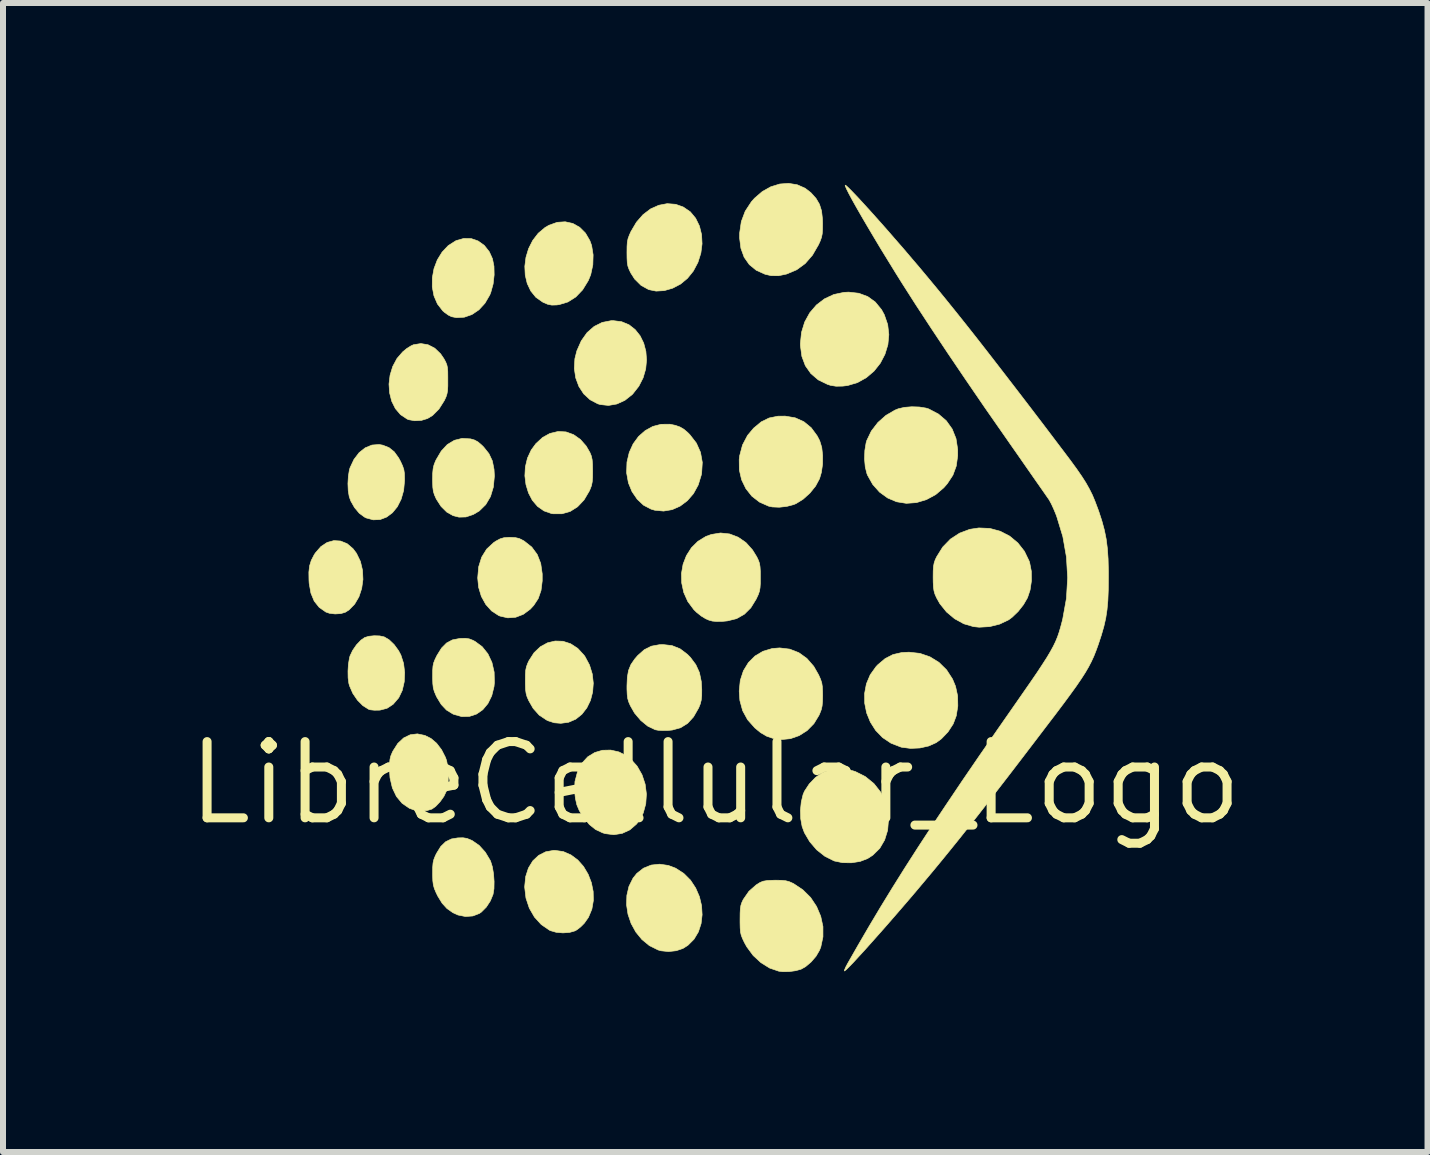
<source format=kicad_pcb>
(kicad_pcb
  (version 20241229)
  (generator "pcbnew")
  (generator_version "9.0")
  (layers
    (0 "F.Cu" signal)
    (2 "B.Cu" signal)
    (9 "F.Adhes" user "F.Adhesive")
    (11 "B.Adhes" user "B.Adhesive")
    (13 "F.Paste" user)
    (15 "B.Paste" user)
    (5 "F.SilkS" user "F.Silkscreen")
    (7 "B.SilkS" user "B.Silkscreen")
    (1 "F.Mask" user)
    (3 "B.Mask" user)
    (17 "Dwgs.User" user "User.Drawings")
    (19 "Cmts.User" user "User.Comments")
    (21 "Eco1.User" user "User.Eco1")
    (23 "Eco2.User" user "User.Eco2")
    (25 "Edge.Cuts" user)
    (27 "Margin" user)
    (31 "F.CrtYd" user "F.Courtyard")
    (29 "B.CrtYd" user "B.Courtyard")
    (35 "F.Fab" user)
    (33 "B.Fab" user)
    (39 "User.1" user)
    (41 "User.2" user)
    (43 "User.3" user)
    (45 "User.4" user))
  (footprint "LibreCellular_Logo"
    (layer "F.Cu")
    (at 8.867 6.745)
    (property "Reference" "LibreCellular_Logo" (at 0 3.251 0) (layer "F.SilkS") (effects (font (size 1.27 1.27) (thickness 0.15))))
    (attr through_hole)
    (fp_poly (pts (xy -6.243 -0.781) (xy -6.134 -0.737) (xy -6.036 -0.654) (xy -5.978 -0.577) (xy -5.912 -0.441) (xy -5.877 -0.293) (xy -5.87 -0.14) (xy -5.891 0.01) (xy -5.937 0.149) (xy -6.008 0.27) (xy -6.101 0.366) (xy -6.164 0.406) (xy -6.239 0.428) (xy -6.334 0.434) (xy -6.427 0.423) (xy -6.488 0.402) (xy -6.599 0.324) (xy -6.682 0.22) (xy -6.737 0.087) (xy -6.766 -0.077) (xy -6.769 -0.128) (xy -6.771 -0.262) (xy -6.759 -0.367) (xy -6.731 -0.458) (xy -6.684 -0.549) (xy -6.663 -0.582) (xy -6.571 -0.688) (xy -6.467 -0.757) (xy -6.355 -0.788) (xy -6.243 -0.781)) (stroke (width 0.01) (type solid)) (fill yes) (layer "F.SilkS"))
    (fp_poly (pts (xy -4.066 -5.82) (xy -3.951 -5.78) (xy -3.848 -5.706) (xy -3.765 -5.601) (xy -3.712 -5.484) (xy -3.687 -5.359) (xy -3.684 -5.214) (xy -3.701 -5.064) (xy -3.739 -4.926) (xy -3.756 -4.882) (xy -3.837 -4.743) (xy -3.938 -4.633) (xy -4.055 -4.554) (xy -4.182 -4.51) (xy -4.313 -4.503) (xy -4.394 -4.519) (xy -4.447 -4.545) (xy -4.51 -4.59) (xy -4.54 -4.616) (xy -4.629 -4.731) (xy -4.687 -4.866) (xy -4.715 -5.014) (xy -4.714 -5.167) (xy -4.686 -5.32) (xy -4.631 -5.465) (xy -4.551 -5.595) (xy -4.448 -5.704) (xy -4.322 -5.784) (xy -4.318 -5.786) (xy -4.191 -5.822) (xy -4.066 -5.82)) (stroke (width 0.01) (type solid)) (fill yes) (layer "F.SilkS"))
    (fp_poly (pts (xy -1.56 -4.435) (xy -1.437 -4.384) (xy -1.334 -4.303) (xy -1.252 -4.2) (xy -1.192 -4.077) (xy -1.156 -3.941) (xy -1.145 -3.796) (xy -1.159 -3.648) (xy -1.202 -3.501) (xy -1.273 -3.361) (xy -1.374 -3.232) (xy -1.386 -3.22) (xy -1.506 -3.125) (xy -1.64 -3.064) (xy -1.779 -3.04) (xy -1.916 -3.055) (xy -1.957 -3.067) (xy -2.086 -3.135) (xy -2.192 -3.233) (xy -2.272 -3.356) (xy -2.325 -3.499) (xy -2.348 -3.655) (xy -2.339 -3.818) (xy -2.306 -3.95) (xy -2.232 -4.117) (xy -2.135 -4.254) (xy -2.018 -4.356) (xy -1.884 -4.423) (xy -1.735 -4.452) (xy -1.701 -4.453) (xy -1.56 -4.435)) (stroke (width 0.01) (type solid)) (fill yes) (layer "F.SilkS"))
    (fp_poly (pts (xy -0.782 4.624) (xy -0.66 4.67) (xy -0.524 4.758) (xy -0.412 4.87) (xy -0.326 5.001) (xy -0.264 5.144) (xy -0.228 5.294) (xy -0.219 5.446) (xy -0.236 5.593) (xy -0.281 5.731) (xy -0.354 5.853) (xy -0.455 5.954) (xy -0.538 6.007) (xy -0.65 6.045) (xy -0.779 6.059) (xy -0.904 6.046) (xy -0.953 6.032) (xy -1.098 5.96) (xy -1.222 5.858) (xy -1.324 5.733) (xy -1.402 5.591) (xy -1.454 5.438) (xy -1.478 5.28) (xy -1.473 5.123) (xy -1.438 4.973) (xy -1.37 4.836) (xy -1.306 4.756) (xy -1.196 4.67) (xy -1.068 4.618) (xy -0.928 4.603) (xy -0.782 4.624)) (stroke (width 0.01) (type solid)) (fill yes) (layer "F.SilkS"))
    (fp_poly (pts (xy -2.373 -6.072) (xy -2.259 -6.008) (xy -2.163 -5.912) (xy -2.089 -5.785) (xy -2.06 -5.705) (xy -2.035 -5.549) (xy -2.04 -5.382) (xy -2.075 -5.219) (xy -2.115 -5.121) (xy -2.21 -4.966) (xy -2.324 -4.847) (xy -2.455 -4.764) (xy -2.6 -4.72) (xy -2.644 -4.714) (xy -2.724 -4.712) (xy -2.79 -4.725) (xy -2.864 -4.756) (xy -2.875 -4.762) (xy -2.988 -4.841) (xy -3.074 -4.947) (xy -3.133 -5.072) (xy -3.166 -5.211) (xy -3.173 -5.358) (xy -3.154 -5.508) (xy -3.11 -5.653) (xy -3.042 -5.788) (xy -2.95 -5.908) (xy -2.835 -6.005) (xy -2.771 -6.042) (xy -2.634 -6.091) (xy -2.5 -6.1) (xy -2.373 -6.072)) (stroke (width 0.01) (type solid)) (fill yes) (layer "F.SilkS"))
    (fp_poly (pts (xy -1.605 2.733) (xy -1.475 2.799) (xy -1.413 2.846) (xy -1.302 2.97) (xy -1.22 3.114) (xy -1.168 3.271) (xy -1.147 3.435) (xy -1.158 3.597) (xy -1.2 3.751) (xy -1.276 3.889) (xy -1.313 3.936) (xy -1.423 4.031) (xy -1.551 4.09) (xy -1.69 4.112) (xy -1.833 4.094) (xy -1.876 4.081) (xy -1.995 4.025) (xy -2.097 3.943) (xy -2.192 3.828) (xy -2.206 3.808) (xy -2.266 3.71) (xy -2.306 3.615) (xy -2.33 3.508) (xy -2.343 3.397) (xy -2.338 3.227) (xy -2.295 3.064) (xy -2.22 2.918) (xy -2.124 2.814) (xy -2.008 2.743) (xy -1.879 2.705) (xy -1.742 2.702) (xy -1.605 2.733)) (stroke (width 0.01) (type solid)) (fill yes) (layer "F.SilkS"))
    (fp_poly (pts (xy -3.332 -0.838) (xy -3.266 -0.823) (xy -3.2 -0.79) (xy -3.183 -0.78) (xy -3.057 -0.68) (xy -2.966 -0.556) (xy -2.908 -0.408) (xy -2.883 -0.233) (xy -2.883 -0.117) (xy -2.903 0.043) (xy -2.949 0.176) (xy -3.024 0.291) (xy -3.083 0.355) (xy -3.198 0.44) (xy -3.325 0.489) (xy -3.457 0.499) (xy -3.587 0.469) (xy -3.609 0.46) (xy -3.726 0.384) (xy -3.823 0.276) (xy -3.897 0.142) (xy -3.943 -0.01) (xy -3.958 -0.165) (xy -3.942 -0.351) (xy -3.892 -0.512) (xy -3.809 -0.646) (xy -3.693 -0.754) (xy -3.654 -0.78) (xy -3.585 -0.817) (xy -3.521 -0.836) (xy -3.441 -0.842) (xy -3.418 -0.842) (xy -3.332 -0.838)) (stroke (width 0.01) (type solid)) (fill yes) (layer "F.SilkS"))
    (fp_poly (pts (xy -2.532 4.393) (xy -2.404 4.449) (xy -2.29 4.534) (xy -2.194 4.643) (xy -2.118 4.771) (xy -2.064 4.911) (xy -2.034 5.059) (xy -2.031 5.208) (xy -2.056 5.353) (xy -2.113 5.489) (xy -2.183 5.588) (xy -2.242 5.647) (xy -2.305 5.696) (xy -2.336 5.714) (xy -2.427 5.74) (xy -2.538 5.748) (xy -2.651 5.738) (xy -2.748 5.71) (xy -2.762 5.703) (xy -2.899 5.609) (xy -3.012 5.485) (xy -3.098 5.336) (xy -3.154 5.168) (xy -3.175 4.989) (xy -3.175 4.974) (xy -3.159 4.811) (xy -3.113 4.668) (xy -3.04 4.548) (xy -2.943 4.457) (xy -2.826 4.397) (xy -2.692 4.373) (xy -2.673 4.373) (xy -2.532 4.393)) (stroke (width 0.01) (type solid)) (fill yes) (layer "F.SilkS"))
    (fp_poly (pts (xy -0.664 -2.708) (xy -0.588 -2.681) (xy -0.524 -2.644) (xy -0.457 -2.587) (xy -0.422 -2.551) (xy -0.315 -2.413) (xy -0.246 -2.259) (xy -0.216 -2.091) (xy -0.227 -1.912) (xy -0.233 -1.881) (xy -0.284 -1.715) (xy -0.363 -1.571) (xy -0.465 -1.453) (xy -0.585 -1.363) (xy -0.718 -1.304) (xy -0.861 -1.28) (xy -1.007 -1.294) (xy -1.071 -1.313) (xy -1.195 -1.378) (xy -1.301 -1.478) (xy -1.387 -1.604) (xy -1.447 -1.75) (xy -1.476 -1.911) (xy -1.477 -1.921) (xy -1.471 -2.096) (xy -1.433 -2.257) (xy -1.368 -2.4) (xy -1.278 -2.523) (xy -1.168 -2.62) (xy -1.041 -2.69) (xy -0.903 -2.726) (xy -0.755 -2.727) (xy -0.664 -2.708)) (stroke (width 0.01) (type solid)) (fill yes) (layer "F.SilkS"))
    (fp_poly (pts (xy 2.392 -4.909) (xy 2.54 -4.854) (xy 2.666 -4.763) (xy 2.77 -4.636) (xy 2.816 -4.552) (xy 2.873 -4.387) (xy 2.892 -4.219) (xy 2.876 -4.052) (xy 2.827 -3.892) (xy 2.749 -3.743) (xy 2.645 -3.612) (xy 2.517 -3.503) (xy 2.37 -3.421) (xy 2.206 -3.372) (xy 2.124 -3.362) (xy 2.013 -3.36) (xy 1.92 -3.375) (xy 1.87 -3.391) (xy 1.716 -3.466) (xy 1.593 -3.571) (xy 1.501 -3.702) (xy 1.443 -3.857) (xy 1.419 -4.035) (xy 1.418 -4.069) (xy 1.437 -4.257) (xy 1.49 -4.43) (xy 1.574 -4.583) (xy 1.685 -4.713) (xy 1.82 -4.816) (xy 1.974 -4.888) (xy 2.144 -4.924) (xy 2.223 -4.928) (xy 2.392 -4.909)) (stroke (width 0.01) (type solid)) (fill yes) (layer "F.SilkS"))
    (fp_poly (pts (xy -5.539 -2.378) (xy -5.434 -2.336) (xy -5.348 -2.267) (xy -5.275 -2.165) (xy -5.245 -2.11) (xy -5.21 -2.034) (xy -5.189 -1.972) (xy -5.179 -1.907) (xy -5.177 -1.822) (xy -5.177 -1.787) (xy -5.192 -1.623) (xy -5.234 -1.477) (xy -5.297 -1.352) (xy -5.379 -1.252) (xy -5.476 -1.18) (xy -5.583 -1.139) (xy -5.698 -1.134) (xy -5.817 -1.166) (xy -5.844 -1.18) (xy -5.931 -1.244) (xy -6.01 -1.338) (xy -6.072 -1.447) (xy -6.098 -1.518) (xy -6.115 -1.619) (xy -6.12 -1.738) (xy -6.113 -1.86) (xy -6.096 -1.965) (xy -6.086 -1.999) (xy -6.02 -2.14) (xy -5.934 -2.253) (xy -5.832 -2.334) (xy -5.72 -2.38) (xy -5.6 -2.389) (xy -5.539 -2.378)) (stroke (width 0.01) (type solid)) (fill yes) (layer "F.SilkS"))
    (fp_poly (pts (xy -4.838 2.458) (xy -4.736 2.509) (xy -4.643 2.588) (xy -4.56 2.697) (xy -4.496 2.822) (xy -4.476 2.878) (xy -4.455 2.989) (xy -4.446 3.117) (xy -4.452 3.245) (xy -4.47 3.356) (xy -4.478 3.382) (xy -4.521 3.473) (xy -4.586 3.564) (xy -4.659 3.641) (xy -4.721 3.685) (xy -4.806 3.711) (xy -4.911 3.715) (xy -5.017 3.7) (xy -5.096 3.672) (xy -5.217 3.589) (xy -5.312 3.475) (xy -5.38 3.332) (xy -5.419 3.164) (xy -5.428 3.029) (xy -5.427 2.93) (xy -5.42 2.859) (xy -5.406 2.8) (xy -5.38 2.738) (xy -5.37 2.718) (xy -5.289 2.591) (xy -5.192 2.5) (xy -5.082 2.447) (xy -4.963 2.432) (xy -4.838 2.458)) (stroke (width 0.01) (type solid)) (fill yes) (layer "F.SilkS"))
    (fp_poly (pts (xy 1.331 -2.834) (xy 1.476 -2.769) (xy 1.598 -2.669) (xy 1.698 -2.533) (xy 1.74 -2.452) (xy 1.774 -2.341) (xy 1.789 -2.207) (xy 1.788 -2.063) (xy 1.768 -1.924) (xy 1.737 -1.819) (xy 1.671 -1.696) (xy 1.576 -1.579) (xy 1.464 -1.478) (xy 1.345 -1.404) (xy 1.306 -1.388) (xy 1.192 -1.358) (xy 1.067 -1.344) (xy 0.95 -1.349) (xy 0.889 -1.362) (xy 0.738 -1.429) (xy 0.61 -1.528) (xy 0.51 -1.654) (xy 0.439 -1.801) (xy 0.401 -1.965) (xy 0.399 -2.141) (xy 0.406 -2.2) (xy 0.454 -2.381) (xy 0.538 -2.541) (xy 0.64 -2.662) (xy 0.765 -2.766) (xy 0.897 -2.831) (xy 1.045 -2.861) (xy 1.165 -2.862) (xy 1.331 -2.834)) (stroke (width 0.01) (type solid)) (fill yes) (layer "F.SilkS"))
    (fp_poly (pts (xy 3.41 1.091) (xy 3.578 1.149) (xy 3.727 1.241) (xy 3.854 1.366) (xy 3.953 1.519) (xy 4.003 1.639) (xy 4.038 1.8) (xy 4.041 1.969) (xy 4.015 2.132) (xy 3.964 2.267) (xy 3.878 2.399) (xy 3.768 2.514) (xy 3.681 2.578) (xy 3.556 2.634) (xy 3.409 2.667) (xy 3.254 2.674) (xy 3.106 2.655) (xy 3.089 2.65) (xy 2.927 2.587) (xy 2.787 2.493) (xy 2.672 2.374) (xy 2.584 2.235) (xy 2.522 2.083) (xy 2.49 1.923) (xy 2.488 1.76) (xy 2.518 1.599) (xy 2.582 1.447) (xy 2.681 1.309) (xy 2.708 1.281) (xy 2.83 1.178) (xy 2.96 1.111) (xy 3.107 1.077) (xy 3.228 1.071) (xy 3.41 1.091)) (stroke (width 0.01) (type solid)) (fill yes) (layer "F.SilkS"))
    (fp_poly (pts (xy -0.659 -6.391) (xy -0.533 -6.346) (xy -0.416 -6.266) (xy -0.327 -6.159) (xy -0.264 -6.03) (xy -0.228 -5.886) (xy -0.22 -5.733) (xy -0.24 -5.577) (xy -0.289 -5.423) (xy -0.366 -5.278) (xy -0.463 -5.158) (xy -0.579 -5.062) (xy -0.711 -4.993) (xy -0.85 -4.953) (xy -0.986 -4.945) (xy -1.109 -4.97) (xy -1.236 -5.04) (xy -1.343 -5.146) (xy -1.408 -5.248) (xy -1.437 -5.309) (xy -1.456 -5.362) (xy -1.466 -5.42) (xy -1.47 -5.495) (xy -1.471 -5.585) (xy -1.47 -5.687) (xy -1.465 -5.761) (xy -1.453 -5.82) (xy -1.431 -5.879) (xy -1.404 -5.939) (xy -1.313 -6.093) (xy -1.203 -6.219) (xy -1.078 -6.314) (xy -0.942 -6.375) (xy -0.801 -6.402) (xy -0.659 -6.391)) (stroke (width 0.01) (type solid)) (fill yes) (layer "F.SilkS"))
    (fp_poly (pts (xy -5.59 0.8) (xy -5.516 0.816) (xy -5.433 0.865) (xy -5.35 0.945) (xy -5.277 1.045) (xy -5.238 1.118) (xy -5.193 1.258) (xy -5.175 1.411) (xy -5.182 1.565) (xy -5.215 1.708) (xy -5.273 1.829) (xy -5.276 1.833) (xy -5.367 1.939) (xy -5.469 2.006) (xy -5.585 2.036) (xy -5.604 2.037) (xy -5.68 2.038) (xy -5.746 2.031) (xy -5.774 2.023) (xy -5.871 1.962) (xy -5.962 1.87) (xy -6.039 1.757) (xy -6.093 1.633) (xy -6.105 1.59) (xy -6.117 1.5) (xy -6.119 1.388) (xy -6.112 1.272) (xy -6.095 1.171) (xy -6.086 1.135) (xy -6.042 1.042) (xy -5.978 0.949) (xy -5.904 0.871) (xy -5.841 0.827) (xy -5.772 0.806) (xy -5.682 0.797) (xy -5.59 0.8)) (stroke (width 0.01) (type solid)) (fill yes) (layer "F.SilkS"))
    (fp_poly (pts (xy -2.538 0.889) (xy -2.411 0.93) (xy -2.292 1.007) (xy -2.187 1.121) (xy -2.172 1.141) (xy -2.095 1.285) (xy -2.049 1.435) (xy -2.032 1.587) (xy -2.043 1.735) (xy -2.079 1.874) (xy -2.14 1.999) (xy -2.222 2.105) (xy -2.324 2.187) (xy -2.445 2.239) (xy -2.573 2.256) (xy -2.682 2.247) (xy -2.779 2.216) (xy -2.81 2.202) (xy -2.933 2.12) (xy -3.034 2.007) (xy -3.109 1.876) (xy -3.136 1.814) (xy -3.152 1.756) (xy -3.161 1.689) (xy -3.164 1.6) (xy -3.164 1.547) (xy -3.163 1.444) (xy -3.158 1.371) (xy -3.146 1.313) (xy -3.125 1.257) (xy -3.105 1.214) (xy -3.019 1.08) (xy -2.914 0.98) (xy -2.795 0.915) (xy -2.668 0.885) (xy -2.538 0.889)) (stroke (width 0.01) (type solid)) (fill yes) (layer "F.SilkS"))
    (fp_poly (pts (xy -2.487 -2.599) (xy -2.362 -2.554) (xy -2.248 -2.474) (xy -2.151 -2.364) (xy -2.088 -2.255) (xy -2.065 -2.198) (xy -2.051 -2.135) (xy -2.045 -2.056) (xy -2.043 -1.946) (xy -2.043 -1.946) (xy -2.044 -1.841) (xy -2.05 -1.766) (xy -2.062 -1.705) (xy -2.084 -1.647) (xy -2.098 -1.615) (xy -2.186 -1.466) (xy -2.294 -1.352) (xy -2.417 -1.274) (xy -2.553 -1.235) (xy -2.701 -1.235) (xy -2.729 -1.239) (xy -2.854 -1.283) (xy -2.961 -1.358) (xy -3.048 -1.46) (xy -3.112 -1.583) (xy -3.154 -1.721) (xy -3.172 -1.867) (xy -3.164 -2.016) (xy -3.129 -2.162) (xy -3.066 -2.298) (xy -2.989 -2.403) (xy -2.876 -2.507) (xy -2.756 -2.573) (xy -2.623 -2.605) (xy -2.616 -2.606) (xy -2.487 -2.599)) (stroke (width 0.01) (type solid)) (fill yes) (layer "F.SilkS"))
    (fp_poly (pts (xy 1.24 1.02) (xy 1.392 1.079) (xy 1.526 1.175) (xy 1.641 1.307) (xy 1.722 1.449) (xy 1.754 1.521) (xy 1.774 1.581) (xy 1.784 1.645) (xy 1.788 1.727) (xy 1.789 1.79) (xy 1.787 1.892) (xy 1.78 1.967) (xy 1.766 2.029) (xy 1.741 2.093) (xy 1.729 2.121) (xy 1.643 2.262) (xy 1.53 2.377) (xy 1.398 2.461) (xy 1.252 2.512) (xy 1.099 2.527) (xy 0.968 2.509) (xy 0.857 2.471) (xy 0.756 2.412) (xy 0.661 2.334) (xy 0.539 2.197) (xy 0.456 2.045) (xy 0.41 1.875) (xy 0.399 1.719) (xy 0.417 1.54) (xy 0.469 1.381) (xy 0.552 1.245) (xy 0.662 1.135) (xy 0.795 1.056) (xy 0.949 1.01) (xy 1.073 1) (xy 1.24 1.02)) (stroke (width 0.01) (type solid)) (fill yes) (layer "F.SilkS"))
    (fp_poly (pts (xy 1.365 -6.717) (xy 1.497 -6.659) (xy 1.593 -6.585) (xy 1.679 -6.489) (xy 1.736 -6.392) (xy 1.771 -6.281) (xy 1.786 -6.146) (xy 1.788 -6.073) (xy 1.787 -5.972) (xy 1.782 -5.899) (xy 1.77 -5.84) (xy 1.749 -5.781) (xy 1.721 -5.719) (xy 1.619 -5.543) (xy 1.498 -5.404) (xy 1.356 -5.3) (xy 1.19 -5.23) (xy 1.187 -5.229) (xy 1.054 -5.201) (xy 0.933 -5.202) (xy 0.829 -5.226) (xy 0.683 -5.292) (xy 0.567 -5.387) (xy 0.481 -5.51) (xy 0.427 -5.659) (xy 0.405 -5.832) (xy 0.406 -5.911) (xy 0.434 -6.103) (xy 0.499 -6.276) (xy 0.603 -6.435) (xy 0.655 -6.493) (xy 0.784 -6.604) (xy 0.925 -6.683) (xy 1.073 -6.729) (xy 1.222 -6.74) (xy 1.365 -6.717)) (stroke (width 0.01) (type solid)) (fill yes) (layer "F.SilkS"))
    (fp_poly (pts (xy 2.155 3.023) (xy 2.282 3.044) (xy 2.334 3.06) (xy 2.502 3.145) (xy 2.644 3.261) (xy 2.756 3.403) (xy 2.835 3.567) (xy 2.879 3.748) (xy 2.887 3.854) (xy 2.872 4.038) (xy 2.822 4.2) (xy 2.74 4.34) (xy 2.625 4.453) (xy 2.539 4.509) (xy 2.414 4.557) (xy 2.269 4.58) (xy 2.121 4.578) (xy 1.985 4.55) (xy 1.977 4.547) (xy 1.827 4.472) (xy 1.69 4.364) (xy 1.574 4.229) (xy 1.485 4.078) (xy 1.447 3.975) (xy 1.424 3.848) (xy 1.419 3.707) (xy 1.433 3.567) (xy 1.463 3.443) (xy 1.486 3.388) (xy 1.566 3.266) (xy 1.669 3.159) (xy 1.782 3.079) (xy 1.789 3.076) (xy 1.893 3.039) (xy 2.02 3.022) (xy 2.155 3.023)) (stroke (width 0.01) (type solid)) (fill yes) (layer "F.SilkS"))
    (fp_poly (pts (xy 3.399 -3.014) (xy 3.511 -2.996) (xy 3.556 -2.982) (xy 3.718 -2.897) (xy 3.849 -2.785) (xy 3.947 -2.648) (xy 4.011 -2.488) (xy 4.039 -2.307) (xy 4.039 -2.202) (xy 4.015 -2.03) (xy 3.959 -1.878) (xy 3.867 -1.738) (xy 3.808 -1.67) (xy 3.672 -1.554) (xy 3.518 -1.471) (xy 3.352 -1.421) (xy 3.183 -1.409) (xy 3.021 -1.435) (xy 2.872 -1.498) (xy 2.737 -1.596) (xy 2.624 -1.723) (xy 2.54 -1.872) (xy 2.527 -1.903) (xy 2.499 -2.015) (xy 2.487 -2.149) (xy 2.492 -2.289) (xy 2.513 -2.416) (xy 2.525 -2.457) (xy 2.6 -2.613) (xy 2.709 -2.755) (xy 2.843 -2.874) (xy 2.994 -2.962) (xy 3.048 -2.984) (xy 3.151 -3.008) (xy 3.274 -3.018) (xy 3.399 -3.014)) (stroke (width 0.01) (type solid)) (fill yes) (layer "F.SilkS"))
    (fp_poly (pts (xy -4.785 -4.051) (xy -4.674 -3.994) (xy -4.577 -3.901) (xy -4.521 -3.819) (xy -4.492 -3.765) (xy -4.473 -3.719) (xy -4.462 -3.669) (xy -4.457 -3.605) (xy -4.456 -3.513) (xy -4.456 -3.47) (xy -4.456 -3.364) (xy -4.46 -3.288) (xy -4.47 -3.232) (xy -4.486 -3.182) (xy -4.511 -3.128) (xy -4.515 -3.12) (xy -4.605 -2.978) (xy -4.709 -2.874) (xy -4.794 -2.822) (xy -4.896 -2.791) (xy -5.008 -2.785) (xy -5.109 -2.803) (xy -5.133 -2.813) (xy -5.244 -2.887) (xy -5.33 -2.988) (xy -5.391 -3.111) (xy -5.426 -3.25) (xy -5.436 -3.396) (xy -5.418 -3.545) (xy -5.374 -3.689) (xy -5.303 -3.822) (xy -5.208 -3.932) (xy -5.142 -3.987) (xy -5.072 -4.031) (xy -5.029 -4.051) (xy -4.905 -4.071) (xy -4.785 -4.051)) (stroke (width 0.01) (type solid)) (fill yes) (layer "F.SilkS"))
    (fp_poly (pts (xy -4.079 -2.483) (xy -4.075 -2.482) (xy -4.009 -2.463) (xy -3.952 -2.431) (xy -3.89 -2.378) (xy -3.859 -2.347) (xy -3.771 -2.237) (xy -3.714 -2.116) (xy -3.686 -1.975) (xy -3.68 -1.863) (xy -3.697 -1.681) (xy -3.745 -1.522) (xy -3.824 -1.388) (xy -3.932 -1.282) (xy -4.032 -1.223) (xy -4.154 -1.182) (xy -4.27 -1.179) (xy -4.368 -1.204) (xy -4.473 -1.263) (xy -4.568 -1.357) (xy -4.648 -1.481) (xy -4.652 -1.49) (xy -4.68 -1.553) (xy -4.697 -1.61) (xy -4.706 -1.676) (xy -4.709 -1.764) (xy -4.71 -1.808) (xy -4.708 -1.91) (xy -4.701 -1.984) (xy -4.687 -2.046) (xy -4.663 -2.109) (xy -4.65 -2.136) (xy -4.565 -2.28) (xy -4.464 -2.389) (xy -4.347 -2.459) (xy -4.218 -2.491) (xy -4.079 -2.483)) (stroke (width 0.01) (type solid)) (fill yes) (layer "F.SilkS"))
    (fp_poly (pts (xy -4.1 0.849) (xy -4.038 0.873) (xy -4.002 0.892) (xy -3.883 0.98) (xy -3.788 1.099) (xy -3.721 1.242) (xy -3.684 1.403) (xy -3.68 1.578) (xy -3.686 1.643) (xy -3.724 1.797) (xy -3.788 1.927) (xy -3.874 2.03) (xy -3.978 2.102) (xy -4.096 2.141) (xy -4.224 2.144) (xy -4.356 2.107) (xy -4.372 2.1) (xy -4.478 2.035) (xy -4.565 1.943) (xy -4.641 1.818) (xy -4.654 1.79) (xy -4.681 1.726) (xy -4.698 1.666) (xy -4.706 1.595) (xy -4.709 1.499) (xy -4.709 1.471) (xy -4.708 1.373) (xy -4.703 1.303) (xy -4.691 1.247) (xy -4.668 1.189) (xy -4.636 1.124) (xy -4.56 1.002) (xy -4.477 0.918) (xy -4.379 0.866) (xy -4.259 0.843) (xy -4.245 0.842) (xy -4.162 0.84) (xy -4.1 0.849)) (stroke (width 0.01) (type solid)) (fill yes) (layer "F.SilkS"))
    (fp_poly (pts (xy -4.136 4.174) (xy -4.068 4.202) (xy -4.048 4.211) (xy -3.933 4.291) (xy -3.831 4.404) (xy -3.749 4.541) (xy -3.743 4.554) (xy -3.714 4.647) (xy -3.694 4.765) (xy -3.685 4.892) (xy -3.687 5.012) (xy -3.702 5.105) (xy -3.747 5.215) (xy -3.815 5.319) (xy -3.897 5.401) (xy -3.93 5.424) (xy -4.039 5.466) (xy -4.162 5.475) (xy -4.287 5.45) (xy -4.372 5.411) (xy -4.47 5.342) (xy -4.551 5.253) (xy -4.624 5.134) (xy -4.652 5.076) (xy -4.68 5.01) (xy -4.697 4.949) (xy -4.706 4.879) (xy -4.709 4.784) (xy -4.709 4.754) (xy -4.708 4.654) (xy -4.702 4.583) (xy -4.689 4.526) (xy -4.666 4.468) (xy -4.646 4.426) (xy -4.574 4.309) (xy -4.493 4.23) (xy -4.397 4.183) (xy -4.289 4.165) (xy -4.203 4.163) (xy -4.136 4.174)) (stroke (width 0.01) (type solid)) (fill yes) (layer "F.SilkS"))
    (fp_poly (pts (xy -0.721 0.961) (xy -0.586 1.015) (xy -0.463 1.108) (xy -0.414 1.158) (xy -0.324 1.279) (xy -0.264 1.41) (xy -0.233 1.56) (xy -0.225 1.695) (xy -0.226 1.797) (xy -0.234 1.871) (xy -0.25 1.934) (xy -0.277 2.001) (xy -0.278 2.002) (xy -0.362 2.149) (xy -0.461 2.257) (xy -0.578 2.33) (xy -0.716 2.368) (xy -0.791 2.375) (xy -0.875 2.376) (xy -0.951 2.372) (xy -1 2.363) (xy -1.125 2.303) (xy -1.242 2.207) (xy -1.345 2.085) (xy -1.415 1.962) (xy -1.442 1.9) (xy -1.459 1.842) (xy -1.467 1.776) (xy -1.471 1.687) (xy -1.471 1.632) (xy -1.465 1.489) (xy -1.445 1.375) (xy -1.405 1.277) (xy -1.342 1.185) (xy -1.292 1.127) (xy -1.183 1.03) (xy -1.065 0.971) (xy -0.929 0.946) (xy -0.872 0.944) (xy -0.721 0.961)) (stroke (width 0.01) (type solid)) (fill yes) (layer "F.SilkS"))
    (fp_poly (pts (xy 0.239 -0.899) (xy 0.381 -0.845) (xy 0.51 -0.756) (xy 0.621 -0.632) (xy 0.692 -0.517) (xy 0.719 -0.46) (xy 0.737 -0.409) (xy 0.746 -0.352) (xy 0.751 -0.276) (xy 0.751 -0.178) (xy 0.751 -0.075) (xy 0.746 -0.001) (xy 0.736 0.056) (xy 0.717 0.111) (xy 0.687 0.175) (xy 0.682 0.186) (xy 0.592 0.332) (xy 0.484 0.439) (xy 0.355 0.512) (xy 0.201 0.55) (xy 0.116 0.558) (xy 0.022 0.559) (xy -0.047 0.553) (xy -0.106 0.537) (xy -0.159 0.514) (xy -0.233 0.469) (xy -0.312 0.406) (xy -0.356 0.363) (xy -0.458 0.226) (xy -0.525 0.076) (xy -0.559 -0.082) (xy -0.563 -0.24) (xy -0.536 -0.395) (xy -0.48 -0.539) (xy -0.397 -0.669) (xy -0.288 -0.777) (xy -0.155 -0.858) (xy -0.066 -0.89) (xy 0.088 -0.915) (xy 0.239 -0.899)) (stroke (width 0.01) (type solid)) (fill yes) (layer "F.SilkS"))
    (fp_poly (pts (xy 4.575 -0.991) (xy 4.748 -0.944) (xy 4.905 -0.863) (xy 5.041 -0.75) (xy 5.151 -0.61) (xy 5.23 -0.446) (xy 5.238 -0.421) (xy 5.266 -0.277) (xy 5.268 -0.119) (xy 5.245 0.036) (xy 5.202 0.164) (xy 5.135 0.28) (xy 5.046 0.393) (xy 4.946 0.489) (xy 4.888 0.532) (xy 4.739 0.603) (xy 4.571 0.645) (xy 4.397 0.655) (xy 4.302 0.645) (xy 4.141 0.598) (xy 3.988 0.514) (xy 3.853 0.401) (xy 3.742 0.263) (xy 3.687 0.165) (xy 3.66 0.104) (xy 3.644 0.048) (xy 3.635 -0.015) (xy 3.631 -0.098) (xy 3.63 -0.178) (xy 3.631 -0.283) (xy 3.636 -0.358) (xy 3.647 -0.416) (xy 3.665 -0.469) (xy 3.689 -0.519) (xy 3.79 -0.681) (xy 3.918 -0.813) (xy 4.07 -0.912) (xy 4.24 -0.976) (xy 4.392 -0.999) (xy 4.575 -0.991)) (stroke (width 0.01) (type solid)) (fill yes) (layer "F.SilkS"))
    (fp_poly (pts (xy 1.104 4.872) (xy 1.174 4.879) (xy 1.231 4.894) (xy 1.288 4.919) (xy 1.306 4.928) (xy 1.46 5.031) (xy 1.589 5.159) (xy 1.688 5.308) (xy 1.757 5.471) (xy 1.794 5.642) (xy 1.794 5.815) (xy 1.758 5.984) (xy 1.736 6.039) (xy 1.679 6.137) (xy 1.597 6.232) (xy 1.504 6.311) (xy 1.429 6.353) (xy 1.339 6.378) (xy 1.229 6.393) (xy 1.121 6.394) (xy 1.058 6.386) (xy 0.906 6.334) (xy 0.761 6.244) (xy 0.632 6.125) (xy 0.525 5.98) (xy 0.485 5.908) (xy 0.453 5.84) (xy 0.432 5.785) (xy 0.42 5.731) (xy 0.415 5.665) (xy 0.413 5.574) (xy 0.413 5.527) (xy 0.414 5.42) (xy 0.418 5.345) (xy 0.427 5.289) (xy 0.443 5.241) (xy 0.467 5.19) (xy 0.47 5.186) (xy 0.56 5.056) (xy 0.681 4.949) (xy 0.746 4.908) (xy 0.798 4.887) (xy 0.869 4.875) (xy 0.968 4.871) (xy 1.005 4.87) (xy 1.104 4.872)) (stroke (width 0.01) (type solid)) (fill yes) (layer "F.SilkS"))
    (fp_poly (pts (xy 2.183 -6.7) (xy 2.226 -6.66) (xy 2.291 -6.594) (xy 2.376 -6.505) (xy 2.476 -6.396) (xy 2.591 -6.27) (xy 2.717 -6.129) (xy 2.851 -5.978) (xy 2.99 -5.818) (xy 3.133 -5.654) (xy 3.275 -5.487) (xy 3.393 -5.349) (xy 3.545 -5.167) (xy 3.699 -4.981) (xy 3.855 -4.79) (xy 4.017 -4.589) (xy 4.187 -4.376) (xy 4.367 -4.148) (xy 4.558 -3.903) (xy 4.763 -3.638) (xy 4.985 -3.35) (xy 5.225 -3.037) (xy 5.486 -2.695) (xy 5.769 -2.321) (xy 5.789 -2.295) (xy 5.917 -2.125) (xy 6.022 -1.981) (xy 6.107 -1.858) (xy 6.177 -1.748) (xy 6.234 -1.646) (xy 6.284 -1.546) (xy 6.328 -1.44) (xy 6.372 -1.323) (xy 6.389 -1.277) (xy 6.442 -1.114) (xy 6.483 -0.963) (xy 6.513 -0.814) (xy 6.533 -0.657) (xy 6.545 -0.483) (xy 6.55 -0.281) (xy 6.55 -0.168) (xy 6.548 0.038) (xy 6.541 0.212) (xy 6.527 0.364) (xy 6.506 0.503) (xy 6.475 0.64) (xy 6.433 0.786) (xy 6.38 0.947) (xy 6.344 1.046) (xy 6.308 1.137) (xy 6.267 1.226) (xy 6.221 1.315) (xy 6.165 1.411) (xy 6.098 1.515) (xy 6.017 1.634) (xy 5.918 1.771) (xy 5.8 1.931) (xy 5.66 2.117) (xy 5.578 2.224) (xy 5.326 2.555) (xy 5.097 2.855) (xy 4.888 3.128) (xy 4.697 3.375) (xy 4.521 3.602) (xy 4.359 3.81) (xy 4.207 4.002) (xy 4.063 4.183) (xy 3.925 4.354) (xy 3.79 4.52) (xy 3.656 4.683) (xy 3.52 4.846) (xy 3.42 4.965) (xy 3.286 5.124) (xy 3.147 5.286) (xy 3.007 5.448) (xy 2.869 5.607) (xy 2.734 5.76) (xy 2.607 5.903) (xy 2.49 6.034) (xy 2.385 6.148) (xy 2.297 6.244) (xy 2.226 6.317) (xy 2.178 6.364) (xy 2.153 6.383) (xy 2.152 6.383) (xy 2.153 6.367) (xy 2.171 6.323) (xy 2.203 6.262) (xy 2.203 6.262) (xy 2.383 5.947) (xy 2.566 5.633) (xy 2.754 5.318) (xy 2.95 4.998) (xy 3.156 4.669) (xy 3.374 4.329) (xy 3.606 3.974) (xy 3.854 3.602) (xy 4.119 3.208) (xy 4.405 2.79) (xy 4.714 2.344) (xy 4.974 1.971) (xy 5.124 1.755) (xy 5.252 1.571) (xy 5.36 1.413) (xy 5.449 1.278) (xy 5.523 1.163) (xy 5.583 1.062) (xy 5.632 0.973) (xy 5.671 0.892) (xy 5.703 0.814) (xy 5.73 0.735) (xy 5.754 0.653) (xy 5.778 0.563) (xy 5.79 0.514) (xy 5.851 0.175) (xy 5.871 -0.169) (xy 5.851 -0.514) (xy 5.791 -0.855) (xy 5.69 -1.187) (xy 5.674 -1.23) (xy 5.637 -1.319) (xy 5.599 -1.401) (xy 5.566 -1.462) (xy 5.559 -1.473) (xy 5.538 -1.503) (xy 5.495 -1.565) (xy 5.433 -1.654) (xy 5.353 -1.768) (xy 5.259 -1.903) (xy 5.153 -2.055) (xy 5.037 -2.222) (xy 4.913 -2.399) (xy 4.838 -2.507) (xy 4.497 -2.996) (xy 4.176 -3.465) (xy 3.875 -3.91) (xy 3.596 -4.329) (xy 3.34 -4.72) (xy 3.109 -5.082) (xy 3.012 -5.237) (xy 2.886 -5.442) (xy 2.763 -5.642) (xy 2.648 -5.834) (xy 2.54 -6.016) (xy 2.442 -6.183) (xy 2.356 -6.333) (xy 2.283 -6.463) (xy 2.226 -6.569) (xy 2.187 -6.647) (xy 2.166 -6.696) (xy 2.165 -6.71) (xy 2.183 -6.7)) (stroke (width 0.01) (type solid)) (fill yes) (layer "F.SilkS")))
  (gr_rect
    (start -3 -3)
    (end 20.734 16.144)
    (stroke (width 0.1) (type default))
    (fill no)
    (layer "Edge.Cuts")))
</source>
